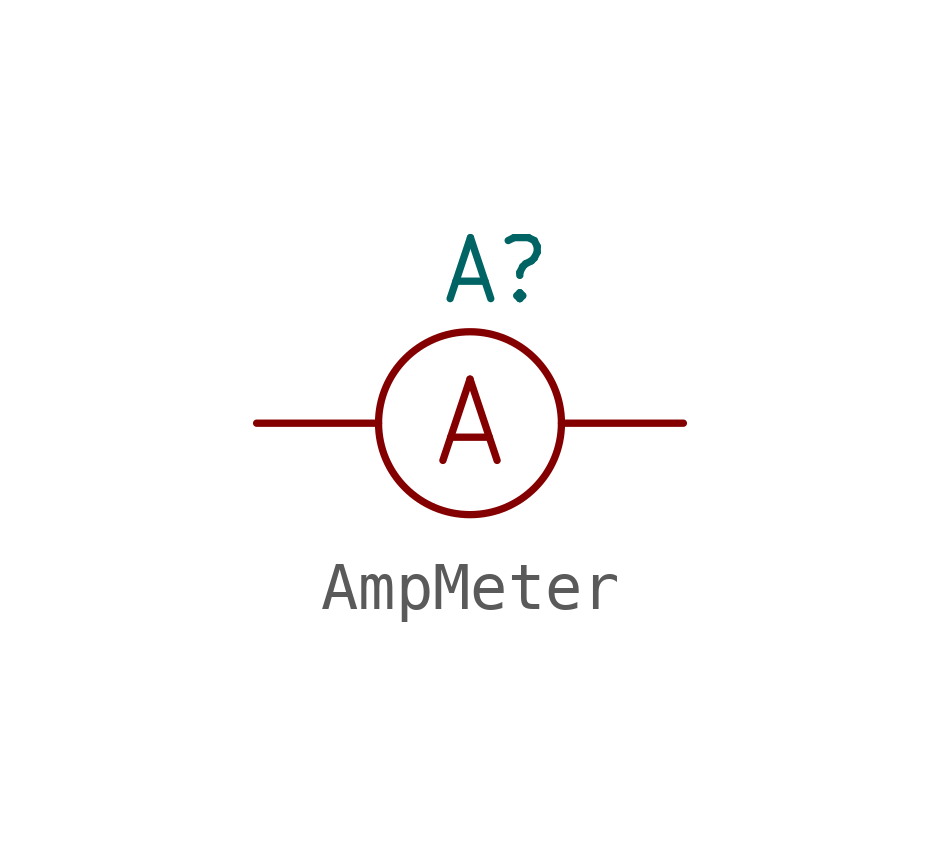
<source format=kicad_sym>
(kicad_symbol_lib
  (version 20220914)
  (generator kicad_symbol_editor)
  (symbol "AmpMeter"
    (pin_numbers hide)
    (pin_names
      (offset 0) hide)
    (property "Reference" "A"
      (at -0.635 0.635 0)
      (effects (font (size 1.27 1.27)) (justify left)))
    (symbol "AmpMeter_0_0"
      (circle (center 0 -2.54) (radius 1.905) (stroke (width 0.152) (type default)) (fill (type none)))
      (text "A" (at 0 -2.54 0) (effects (font (size 1.693 1.693)))))
    (symbol "AmpMeter_1_1"
      (pin unspecified line (at -4.445 -2.54 0) (length 2.54) (name "" (effects (font (size 1.27 1.27)))) (number "" (effects (font (size 1.27 1.27)))))
      (pin unspecified line (at 4.445 -2.54 180) (length 2.54) (name "" (effects (font (size 1.27 1.27)))) (number "" (effects (font (size 1.27 1.27))))))))
</source>
